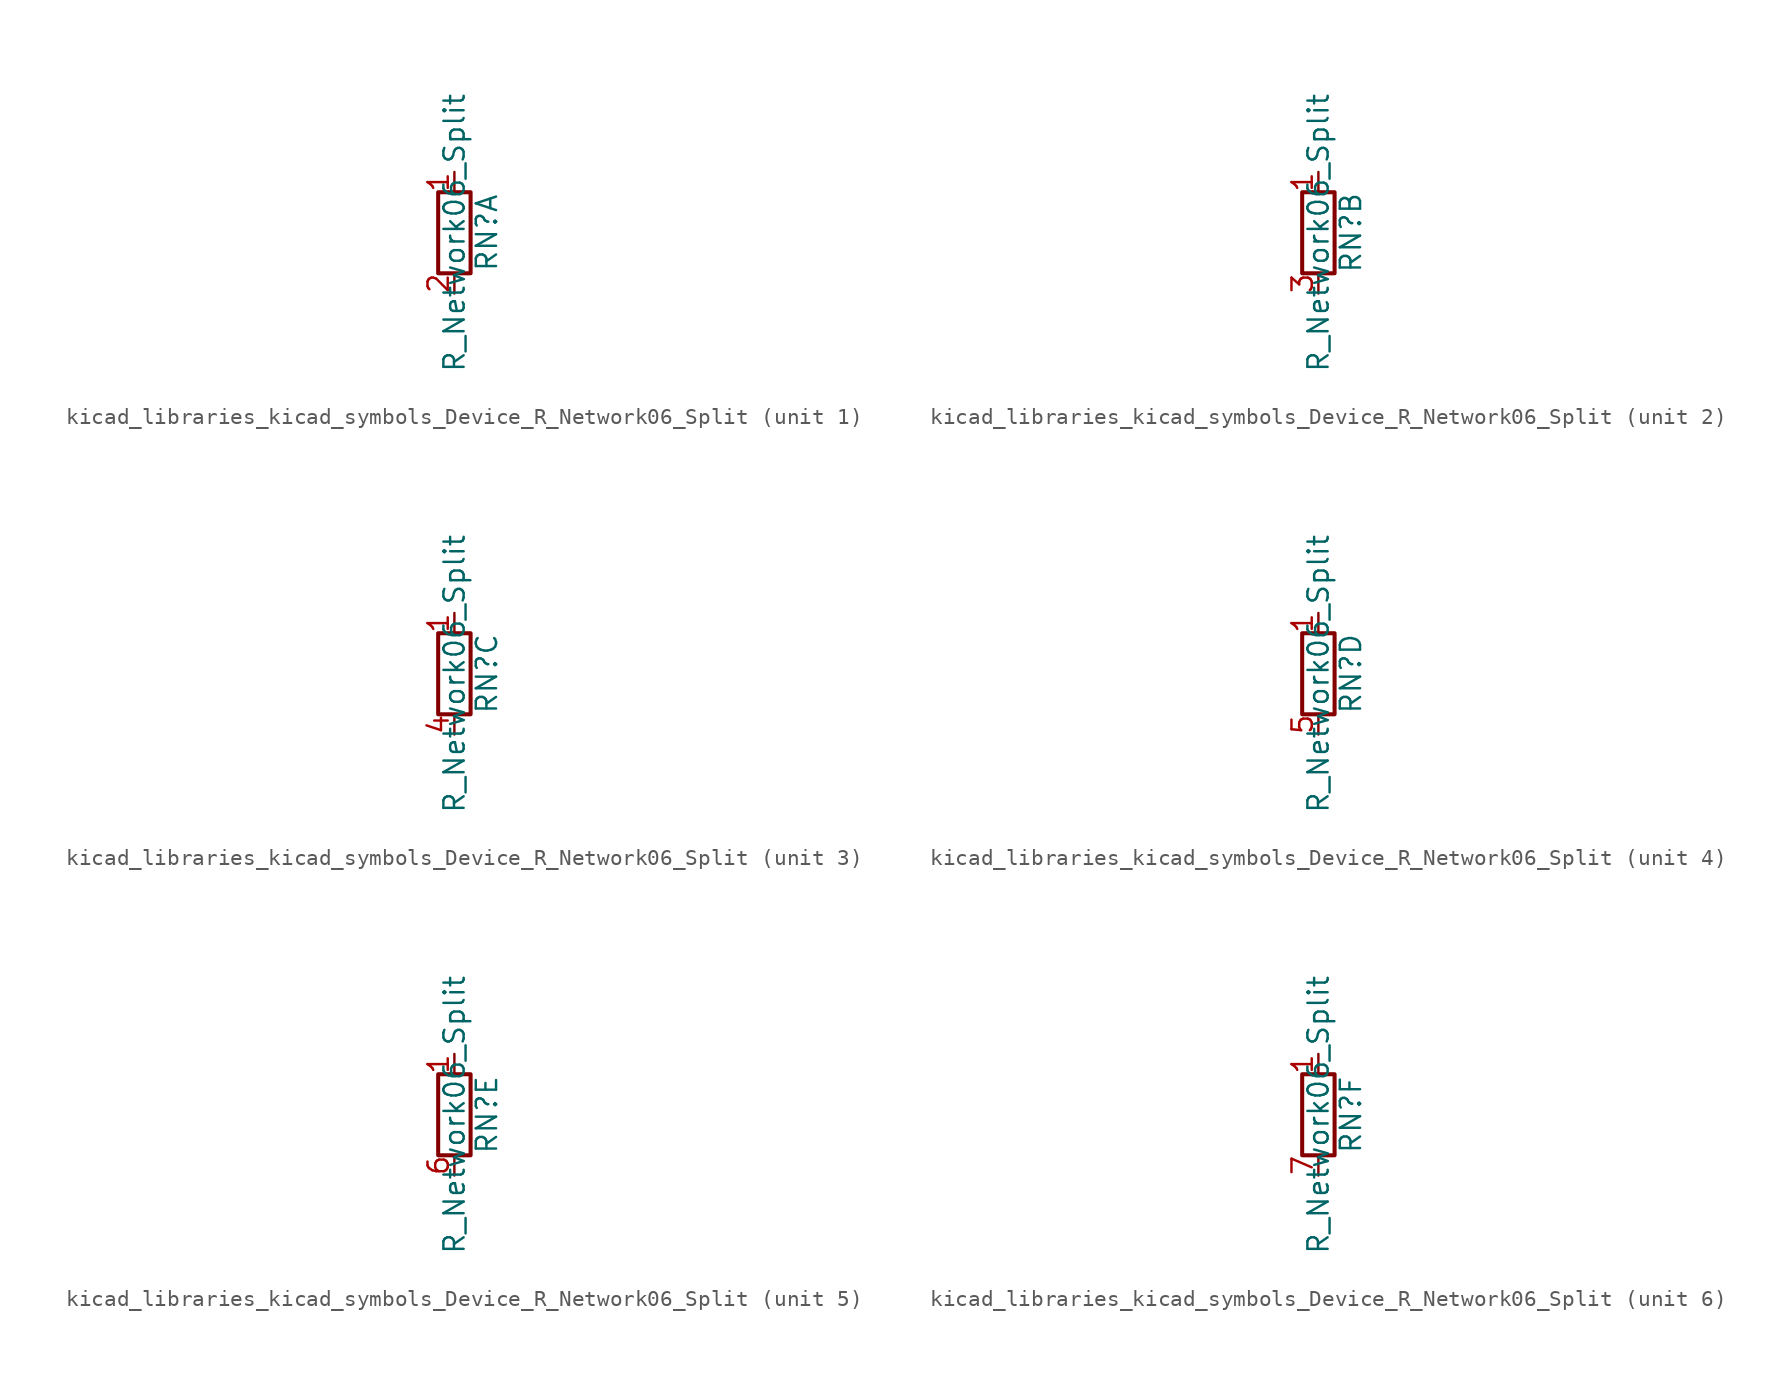
<source format=kicad_sym>
(kicad_symbol_lib
  (version 20220914)
  (generator kicad_symbol_editor)
  (symbol "kicad_libraries_kicad_symbols_Device_R_Network06_Split"
    (pin_names
      (offset 0) hide)
    (property "Reference" "RN"
      (at 2.032 0 90)
      (effects (font (size 1.27 1.27))))
    (property "Value" "R_Network06_Split"
      (at 0 0 90)
      (effects (font (size 1.27 1.27))))
    (symbol "kicad_libraries_kicad_symbols_Device_R_Network06_Split_0_1"
      (rectangle (start 1.016 2.54) (end -1.016 -2.54) (stroke (width 0.254) (type default)) (fill (type none)))
      (pin passive line (at 0 3.81 270) (length 1.27) (name "R1" (effects (font (size 1.27 1.27)))) (number "1" (effects (font (size 1.27 1.27))))))
    (symbol "kicad_libraries_kicad_symbols_Device_R_Network06_Split_1_1"
      (pin passive line (at 0 -3.81 90) (length 1.27) (name "R1.2" (effects (font (size 1.27 1.27)))) (number "2" (effects (font (size 1.27 1.27))))))
    (symbol "kicad_libraries_kicad_symbols_Device_R_Network06_Split_2_1"
      (pin passive line (at 0 -3.81 90) (length 1.27) (name "R2.2" (effects (font (size 1.27 1.27)))) (number "3" (effects (font (size 1.27 1.27))))))
    (symbol "kicad_libraries_kicad_symbols_Device_R_Network06_Split_3_1"
      (pin passive line (at 0 -3.81 90) (length 1.27) (name "R3.2" (effects (font (size 1.27 1.27)))) (number "4" (effects (font (size 1.27 1.27))))))
    (symbol "kicad_libraries_kicad_symbols_Device_R_Network06_Split_4_1"
      (pin passive line (at 0 -3.81 90) (length 1.27) (name "R4.2" (effects (font (size 1.27 1.27)))) (number "5" (effects (font (size 1.27 1.27))))))
    (symbol "kicad_libraries_kicad_symbols_Device_R_Network06_Split_5_1"
      (pin passive line (at 0 -3.81 90) (length 1.27) (name "R5.2" (effects (font (size 1.27 1.27)))) (number "6" (effects (font (size 1.27 1.27))))))
    (symbol "kicad_libraries_kicad_symbols_Device_R_Network06_Split_6_1"
      (pin passive line (at 0 -3.81 90) (length 1.27) (name "R6.2" (effects (font (size 1.27 1.27)))) (number "7" (effects (font (size 1.27 1.27))))))))
</source>
